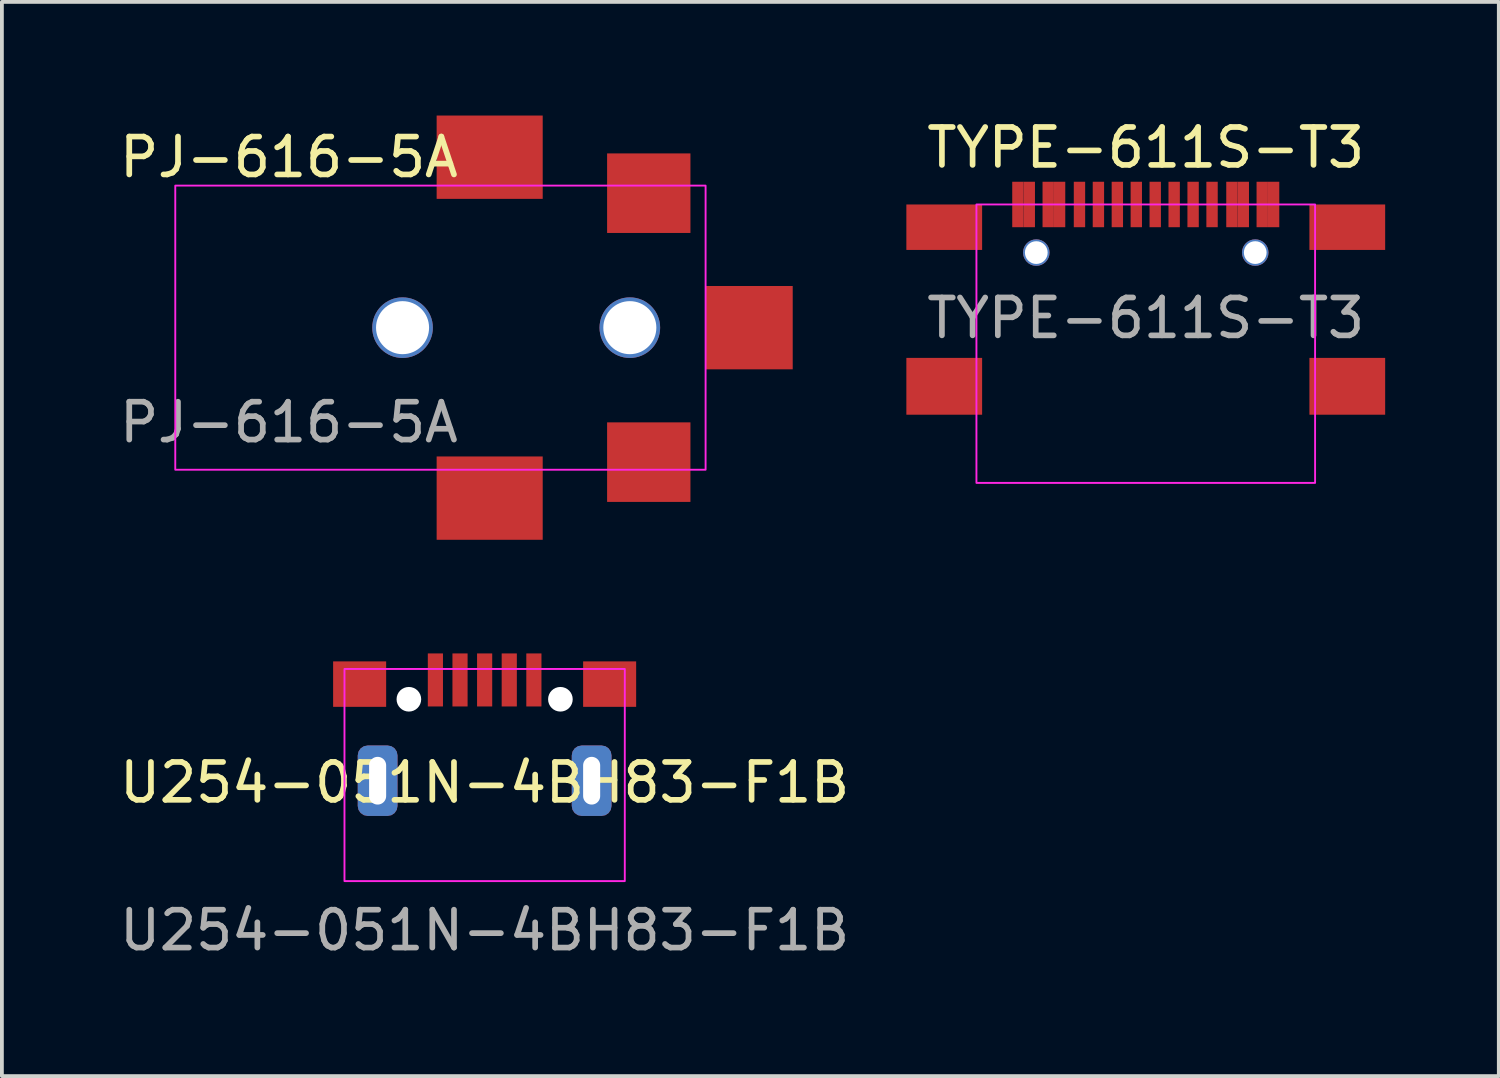
<source format=kicad_pcb>
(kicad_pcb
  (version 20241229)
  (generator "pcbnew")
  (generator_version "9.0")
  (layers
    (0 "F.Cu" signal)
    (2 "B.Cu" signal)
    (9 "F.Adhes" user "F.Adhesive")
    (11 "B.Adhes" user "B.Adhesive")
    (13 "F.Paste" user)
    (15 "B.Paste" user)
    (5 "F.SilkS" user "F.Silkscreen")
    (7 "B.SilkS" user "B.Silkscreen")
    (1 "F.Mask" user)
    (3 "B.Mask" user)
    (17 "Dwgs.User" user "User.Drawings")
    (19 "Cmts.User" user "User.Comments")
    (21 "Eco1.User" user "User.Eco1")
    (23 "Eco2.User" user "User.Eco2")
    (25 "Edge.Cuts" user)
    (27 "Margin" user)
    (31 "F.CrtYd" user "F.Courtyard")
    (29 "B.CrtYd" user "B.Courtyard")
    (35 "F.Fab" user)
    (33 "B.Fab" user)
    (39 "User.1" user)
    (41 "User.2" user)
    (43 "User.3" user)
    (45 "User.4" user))
  (footprint "U254-051N-4BH83-F1B"
    (layer "F.Cu")
    (at 9.744 19.01)
    (property "Reference" "U254-051N-4BH83-F1B" (at 0 -1.4 0) (unlocked yes) (layer "F.SilkS") (effects (font (size 1 1) (thickness 0.15))))
    (attr smd)
    (fp_rect (start -3.7 -4.4) (end 3.7 1.2) (stroke (width 0.05) (type solid)) (fill no) (layer "F.CrtYd"))
    (fp_line (start -3.7 0) (end 0 0) (stroke (width 0.12) (type solid)) (layer "User.1"))
    (fp_line (start 0 0) (end 3.7 0) (stroke (width 0.12) (type solid)) (layer "User.1"))
    (fp_text user "${REFERENCE}" (at 0 2.5 0) (unlocked yes) (layer "F.Fab") (effects (font (size 1 1) (thickness 0.15))))
    (pad "" np_thru_hole circle (at -2 -3.6) (size 0.65 0.65) (drill 0.65) (layers "*.Cu" "*.Mask"))
    (pad "" np_thru_hole circle (at 2 -3.6) (size 0.65 0.65) (drill 0.65) (layers "*.Cu" "*.Mask"))
    (pad "1" smd rect (at -1.3 -4.11) (size 0.4 1.4) (layers "F.Cu" "F.Mask" "F.Paste"))
    (pad "2" smd rect (at -0.65 -4.11) (size 0.4 1.4) (layers "F.Cu" "F.Mask" "F.Paste"))
    (pad "3" smd rect (at 0 -4.11) (size 0.4 1.4) (layers "F.Cu" "F.Mask" "F.Paste"))
    (pad "4" smd rect (at 0.65 -4.11) (size 0.4 1.4) (layers "F.Cu" "F.Mask" "F.Paste"))
    (pad "5" smd rect (at 1.3 -4.11) (size 0.4 1.4) (layers "F.Cu" "F.Mask" "F.Paste"))
    (pad "6" smd rect (at -3.3 -4) (size 1.4 1.2) (layers "F.Cu" "F.Mask" "F.Paste"))
    (pad "6" thru_hole roundrect (at -2.825 -1.45) (size 1.05 1.86) (drill oval 0.45 1.26) (layers "*.Cu" "*.Mask") (roundrect_rratio 0.25))
    (pad "6" thru_hole roundrect (at 2.825 -1.45) (size 1.05 1.86) (drill oval 0.45 1.26) (layers "*.Cu" "*.Mask") (roundrect_rratio 0.25))
    (pad "6" smd rect (at 3.3 -4) (size 1.4 1.2) (layers "F.Cu" "F.Mask" "F.Paste")))
  (footprint "PJ-616-5A"
    (layer "F.Cu")
    (at 4.577 5.6)
    (property "Reference" "PJ-616-5A" (at 0 -4.5 0) (unlocked yes) (layer "F.SilkS") (effects (font (size 1 1) (thickness 0.15))))
    (attr smd)
    (fp_rect (start -3 3.75) (end 11 -3.75) (stroke (width 0.05) (type solid)) (fill no) (layer "F.CrtYd"))
    (fp_text user "${REFERENCE}" (at 0 2.5 0) (unlocked yes) (layer "F.Fab") (effects (font (size 1 1) (thickness 0.15))))
    (pad "" np_thru_hole circle (at 3 0) (size 1.6 1.6) (drill 1.4) (layers "*.Cu" "*.Mask"))
    (pad "" np_thru_hole circle (at 9 0) (size 1.6 1.6) (drill 1.4) (layers "*.Cu" "*.Mask"))
    (pad "R1" smd rect (at 12.15 0 180) (size 2.3 2.2) (layers "F.Cu" "F.Mask" "F.Paste"))
    (pad "R2" smd rect (at 5.3 -4.5) (size 2.8 2.2) (layers "F.Cu" "F.Mask" "F.Paste"))
    (pad "R2" smd rect (at 5.3 4.5) (size 2.8 2.2) (layers "F.Cu" "F.Mask" "F.Paste"))
    (pad "S" smd rect (at 9.5 -3.55) (size 2.2 2.1) (layers "F.Cu" "F.Mask" "F.Paste"))
    (pad "T" smd rect (at 9.5 3.55) (size 2.2 2.1) (layers "F.Cu" "F.Mask" "F.Paste")))
  (footprint "TYPE-611S-T3"
    (layer "F.Cu")
    (at 27.197 2.348)
    (property "Reference" "TYPE-611S-T3" (at 0 -1.5 0) (unlocked yes) (layer "F.SilkS") (effects (font (size 1 1) (thickness 0.15))))
    (attr smd)
    (fp_rect (start -4.47 0) (end 4.47 7.35) (stroke (width 0.05) (type solid)) (fill no) (layer "F.CrtYd"))
    (fp_text user "${REFERENCE}" (at 0 3 0) (unlocked yes) (layer "F.Fab") (effects (font (size 1 1) (thickness 0.15))))
    (pad "" np_thru_hole circle (at -2.89 1.27) (size 0.7 0.7) (drill 0.6) (layers "*.Cu" "*.Mask"))
    (pad "" np_thru_hole circle (at 2.89 1.27) (size 0.7 0.7) (drill 0.6) (layers "*.Cu" "*.Mask"))
    (pad "A1" smd rect (at -3.375 0) (size 0.3 1.2) (layers "F.Cu" "F.Mask" "F.Paste"))
    (pad "A4" smd rect (at -2.575 0) (size 0.3 1.2) (layers "F.Cu" "F.Mask" "F.Paste"))
    (pad "A5" smd rect (at -1.25 0) (size 0.3 1.2) (layers "F.Cu" "F.Mask" "F.Paste"))
    (pad "A6" smd rect (at -0.25 0) (size 0.3 1.2) (layers "F.Cu" "F.Mask" "F.Paste"))
    (pad "A7" smd rect (at 0.25 0) (size 0.3 1.2) (layers "F.Cu" "F.Mask" "F.Paste"))
    (pad "A8" smd rect (at 1.25 0) (size 0.3 1.2) (layers "F.Cu" "F.Mask" "F.Paste"))
    (pad "A9" smd rect (at 2.575 0) (size 0.3 1.2) (layers "F.Cu" "F.Mask" "F.Paste"))
    (pad "A12" smd rect (at 3.375 0) (size 0.3 1.2) (layers "F.Cu" "F.Mask" "F.Paste"))
    (pad "B1" smd rect (at 3.075 0) (size 0.3 1.2) (layers "F.Cu" "F.Mask" "F.Paste"))
    (pad "B4" smd rect (at 2.275 0) (size 0.3 1.2) (layers "F.Cu" "F.Mask" "F.Paste"))
    (pad "B5" smd rect (at 1.75 0) (size 0.3 1.2) (layers "F.Cu" "F.Mask" "F.Paste"))
    (pad "B6" smd rect (at 0.75 0) (size 0.3 1.2) (layers "F.Cu" "F.Mask" "F.Paste"))
    (pad "B7" smd rect (at -0.75 0) (size 0.3 1.2) (layers "F.Cu" "F.Mask" "F.Paste"))
    (pad "B8" smd rect (at -1.75 0) (size 0.3 1.2) (layers "F.Cu" "F.Mask" "F.Paste"))
    (pad "B9" smd rect (at -2.275 0) (size 0.3 1.2) (layers "F.Cu" "F.Mask" "F.Paste"))
    (pad "B12" smd rect (at -3.075 0) (size 0.3 1.2) (layers "F.Cu" "F.Mask" "F.Paste"))
    (pad "S1" smd rect (at -5.32 0.6) (size 2 1.2) (layers "F.Cu" "F.Mask" "F.Paste"))
    (pad "S1" smd rect (at -5.32 4.8) (size 2 1.5) (layers "F.Cu" "F.Mask" "F.Paste"))
    (pad "S1" smd rect (at 5.32 0.6) (size 2 1.2) (layers "F.Cu" "F.Mask" "F.Paste"))
    (pad "S1" smd rect (at 5.32 4.8) (size 2 1.5) (layers "F.Cu" "F.Mask" "F.Paste")))
  (gr_rect
    (start -3 -3)
    (end 36.517 25.358)
    (stroke (width 0.1) (type default))
    (fill no)
    (layer "Edge.Cuts")))
</source>
